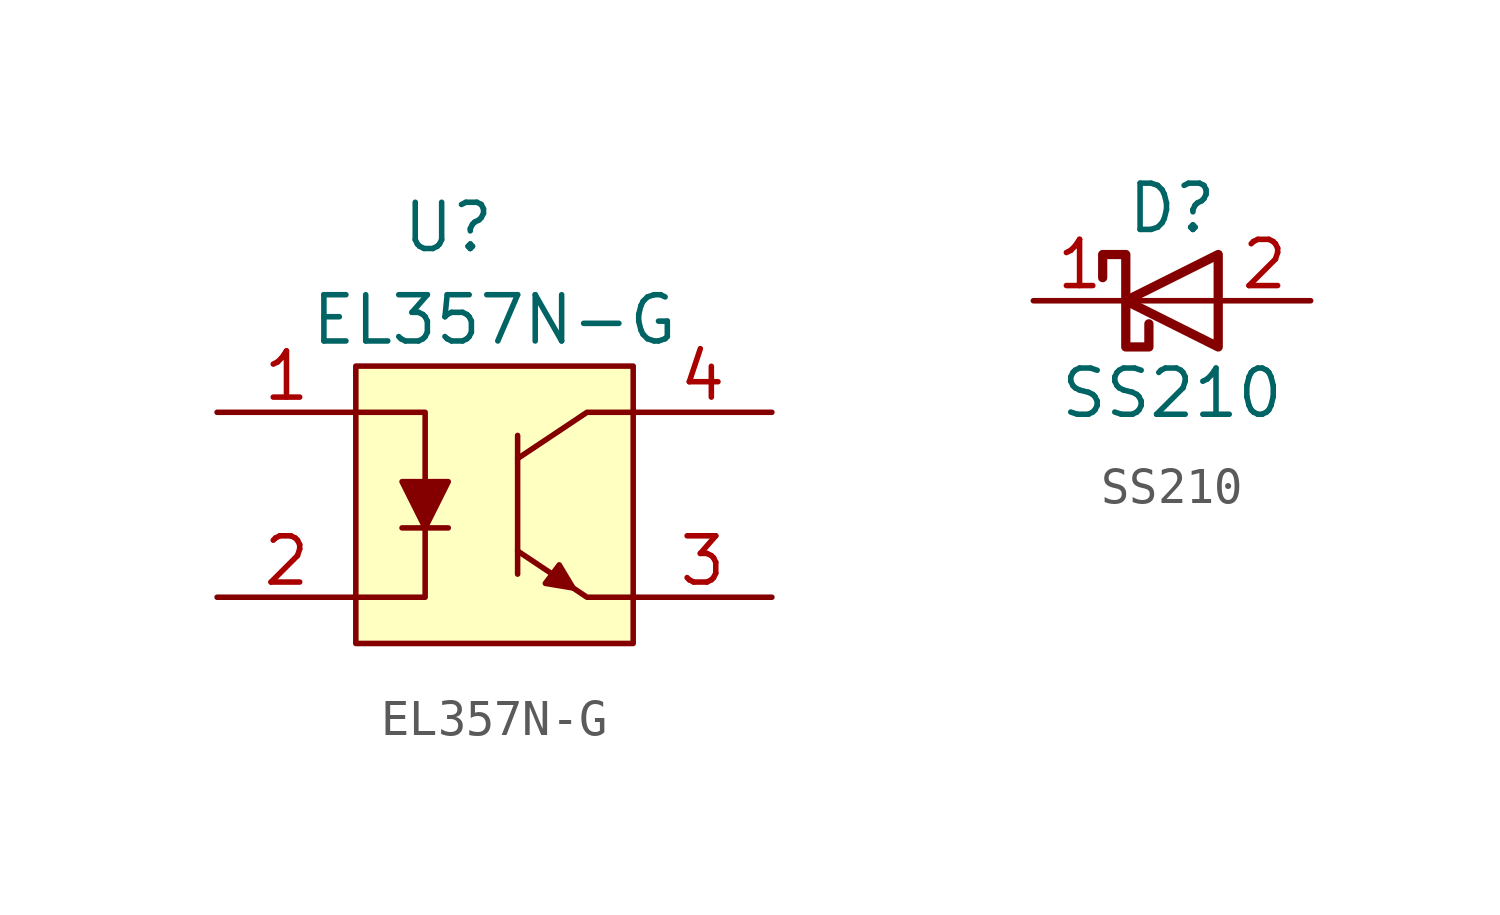
<source format=kicad_sym>
(kicad_symbol_lib
  (version 20211014)
  (generator kicad_symbol_editor)
  (symbol "EL357N-G"
    (property "Reference" "U"
      (at -1.27 7.62 0)
      (effects (font (size 1.27 1.27))))
    (property "Value" "EL357N-G"
      (at 0 5.08 0)
      (effects (font (size 1.27 1.27))))
    (symbol "EL357N-G_0_1"
      (rectangle (start -3.81 3.81) (end 3.81 -3.81) (stroke (width 0) (type default) (color 0 0 0 0)) (fill (type background)))
      (polyline (pts (xy -2.54 -0.635) (xy -1.27 -0.635)) (stroke (width 0) (type default) (color 0 0 0 0)) (fill (type none)))
      (polyline (pts (xy 0.635 1.905) (xy 0.635 -1.905)) (stroke (width 0) (type default) (color 0 0 0 0)) (fill (type none)))
      (polyline (pts (xy -3.81 -2.54) (xy -1.905 -2.54) (xy -1.905 -0.635)) (stroke (width 0) (type default) (color 0 0 0 0)) (fill (type none)))
      (polyline (pts (xy -3.81 2.54) (xy -1.905 2.54) (xy -1.905 0.635)) (stroke (width 0) (type default) (color 0 0 0 0)) (fill (type none)))
      (polyline (pts (xy 0.635 -1.27) (xy 2.54 -2.54) (xy 3.81 -2.54)) (stroke (width 0) (type default) (color 0 0 0 0)) (fill (type none)))
      (polyline (pts (xy 0.635 1.27) (xy 2.54 2.54) (xy 3.81 2.54)) (stroke (width 0) (type default) (color 0 0 0 0)) (fill (type none)))
      (polyline (pts (xy -2.54 0.635) (xy -1.27 0.635) (xy -1.905 -0.635) (xy -2.54 0.635)) (stroke (width 0) (type default) (color 0 0 0 0)) (fill (type outline)))
      (polyline (pts (xy 2.159 -2.286) (xy 1.778 -1.651) (xy 1.397 -2.159) (xy 2.159 -2.286)) (stroke (width 0) (type default) (color 0 0 0 0)) (fill (type outline))))
    (symbol "EL357N-G_1_1"
      (pin passive line (at -7.62 2.54 0) (length 3.81) (name "~" (effects (font (size 1.27 1.27)))) (number "1" (effects (font (size 1.27 1.27)))))
      (pin passive line (at -7.62 -2.54 0) (length 3.81) (name "~" (effects (font (size 1.27 1.27)))) (number "2" (effects (font (size 1.27 1.27)))))
      (pin passive line (at 7.62 -2.54 180) (length 3.81) (name "~" (effects (font (size 1.27 1.27)))) (number "3" (effects (font (size 1.27 1.27)))))
      (pin passive line (at 7.62 2.54 180) (length 3.81) (name "~" (effects (font (size 1.27 1.27)))) (number "4" (effects (font (size 1.27 1.27)))))))
  (symbol "SS210"
    (pin_names hide)
    (property "Reference" "D"
      (at 0 2.54 0)
      (effects (font (size 1.27 1.27))))
    (property "Value" "SS210"
      (at 0 -2.54 0)
      (effects (font (size 1.27 1.27))))
    (symbol "SS210_0_1"
      (polyline (pts (xy 1.27 0) (xy -1.27 0)) (stroke (width 0) (type default) (color 0 0 0 0)) (fill (type none)))
      (polyline (pts (xy 1.27 1.27) (xy 1.27 -1.27) (xy -1.27 0) (xy 1.27 1.27)) (stroke (width 0.254) (type default) (color 0 0 0 0)) (fill (type none)))
      (polyline (pts (xy -1.905 0.635) (xy -1.905 1.27) (xy -1.27 1.27) (xy -1.27 -1.27) (xy -0.635 -1.27) (xy -0.635 -0.635)) (stroke (width 0.254) (type default) (color 0 0 0 0)) (fill (type none))))
    (symbol "SS210_1_1"
      (pin passive line (at -3.81 0 0) (length 2.54) (name "K" (effects (font (size 1.27 1.27)))) (number "1" (effects (font (size 1.27 1.27)))))
      (pin passive line (at 3.81 0 180) (length 2.54) (name "A" (effects (font (size 1.27 1.27)))) (number "2" (effects (font (size 1.27 1.27))))))))
</source>
